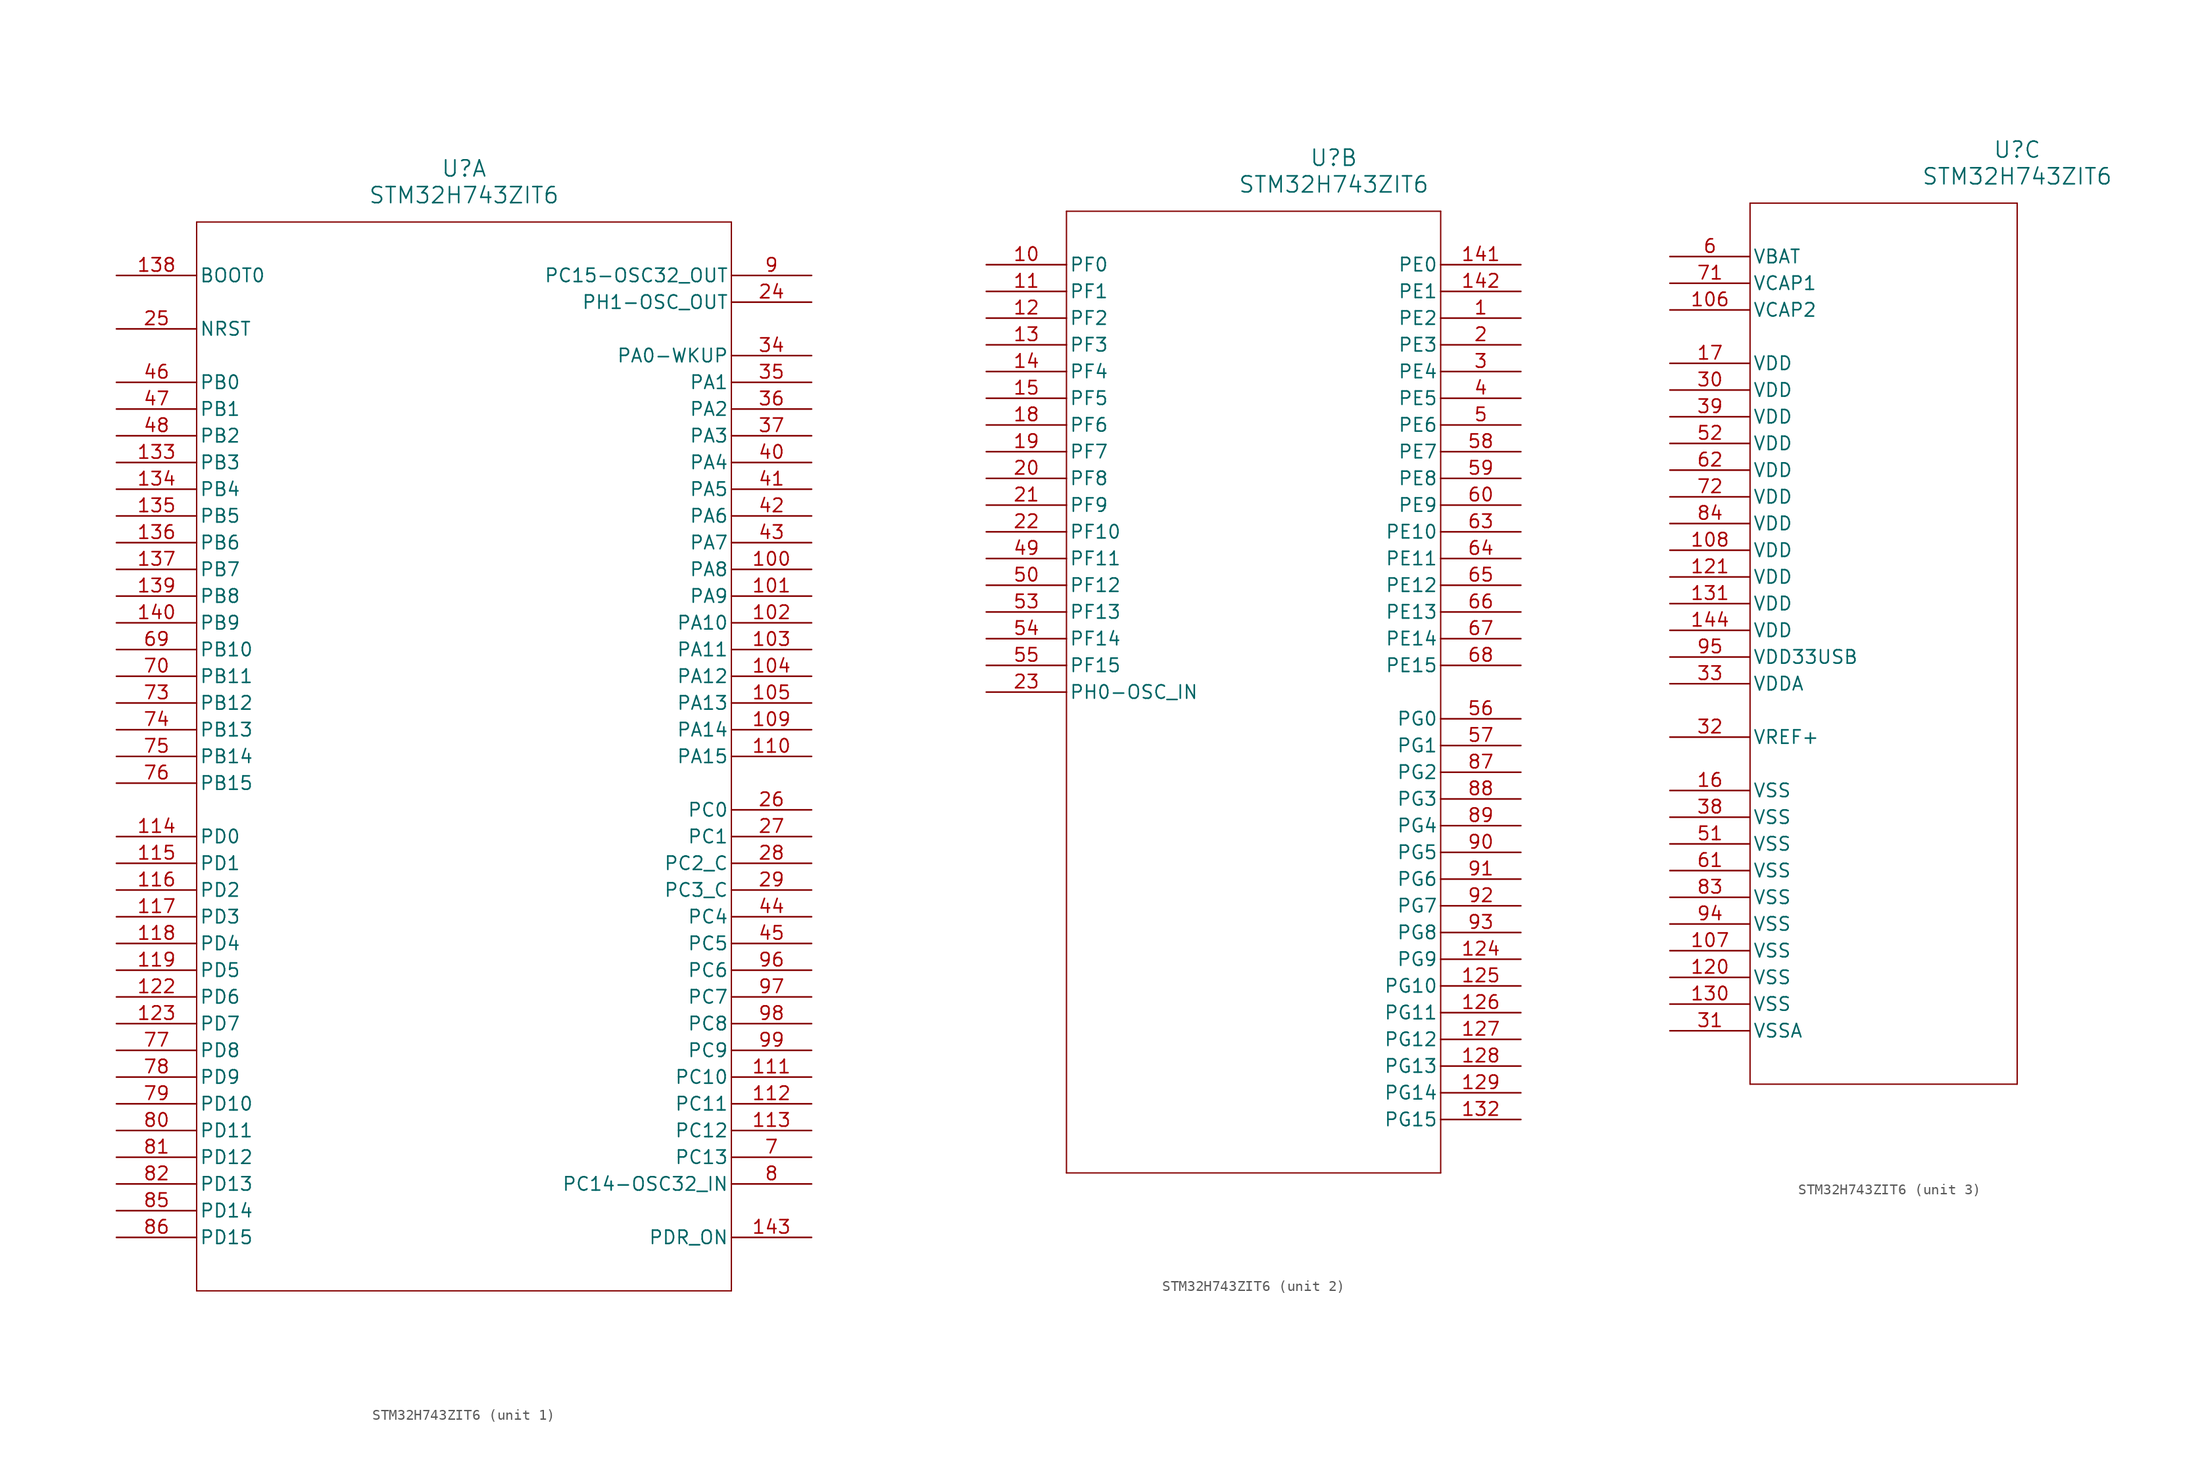
<source format=kicad_sym>
(kicad_symbol_lib
  (version 20211014)
  (generator kicad_symbol_editor)
  (symbol "STM32H743ZIT6"
    (pin_names
      (offset 0.254))
    (property "Reference" "U"
      (at 33.02 10.16 0)
      (effects (font (size 1.524 1.524))))
    (property "Value" "STM32H743ZIT6"
      (at 33.02 7.62 0)
      (effects (font (size 1.524 1.524))))
    (symbol "STM32H743ZIT6_1_1"
      (polyline (pts (xy 7.62 5.08) (xy 7.62 -96.52)) (stroke (width 0.127) (type default) (color 0 0 0 0)) (fill (type none)))
      (polyline (pts (xy 7.62 -96.52) (xy 58.42 -96.52)) (stroke (width 0.127) (type default) (color 0 0 0 0)) (fill (type none)))
      (polyline (pts (xy 58.42 -96.52) (xy 58.42 5.08)) (stroke (width 0.127) (type default) (color 0 0 0 0)) (fill (type none)))
      (polyline (pts (xy 58.42 5.08) (xy 7.62 5.08)) (stroke (width 0.127) (type default) (color 0 0 0 0)) (fill (type none)))
      (pin bidirectional line (at 66.04 -83.82 180) (length 7.62) (name "PC13" (effects (font (size 1.27 1.27)))) (number "7" (effects (font (size 1.27 1.27)))))
      (pin bidirectional line (at 66.04 -86.36 180) (length 7.62) (name "PC14-OSC32_IN" (effects (font (size 1.27 1.27)))) (number "8" (effects (font (size 1.27 1.27)))))
      (pin bidirectional line (at 66.04 0 180) (length 7.62) (name "PC15-OSC32_OUT" (effects (font (size 1.27 1.27)))) (number "9" (effects (font (size 1.27 1.27)))))
      (pin bidirectional line (at 66.04 -2.54 180) (length 7.62) (name "PH1-OSC_OUT" (effects (font (size 1.27 1.27)))) (number "24" (effects (font (size 1.27 1.27)))))
      (pin bidirectional line (at 0 -5.08 0) (length 7.62) (name "NRST" (effects (font (size 1.27 1.27)))) (number "25" (effects (font (size 1.27 1.27)))))
      (pin bidirectional line (at 66.04 -50.8 180) (length 7.62) (name "PC0" (effects (font (size 1.27 1.27)))) (number "26" (effects (font (size 1.27 1.27)))))
      (pin bidirectional line (at 66.04 -53.34 180) (length 7.62) (name "PC1" (effects (font (size 1.27 1.27)))) (number "27" (effects (font (size 1.27 1.27)))))
      (pin bidirectional line (at 66.04 -55.88 180) (length 7.62) (name "PC2_C" (effects (font (size 1.27 1.27)))) (number "28" (effects (font (size 1.27 1.27)))))
      (pin bidirectional line (at 66.04 -58.42 180) (length 7.62) (name "PC3_C" (effects (font (size 1.27 1.27)))) (number "29" (effects (font (size 1.27 1.27)))))
      (pin bidirectional line (at 66.04 -7.62 180) (length 7.62) (name "PA0-WKUP" (effects (font (size 1.27 1.27)))) (number "34" (effects (font (size 1.27 1.27)))))
      (pin bidirectional line (at 66.04 -10.16 180) (length 7.62) (name "PA1" (effects (font (size 1.27 1.27)))) (number "35" (effects (font (size 1.27 1.27)))))
      (pin bidirectional line (at 66.04 -12.7 180) (length 7.62) (name "PA2" (effects (font (size 1.27 1.27)))) (number "36" (effects (font (size 1.27 1.27)))))
      (pin bidirectional line (at 66.04 -15.24 180) (length 7.62) (name "PA3" (effects (font (size 1.27 1.27)))) (number "37" (effects (font (size 1.27 1.27)))))
      (pin bidirectional line (at 66.04 -17.78 180) (length 7.62) (name "PA4" (effects (font (size 1.27 1.27)))) (number "40" (effects (font (size 1.27 1.27)))))
      (pin bidirectional line (at 66.04 -20.32 180) (length 7.62) (name "PA5" (effects (font (size 1.27 1.27)))) (number "41" (effects (font (size 1.27 1.27)))))
      (pin bidirectional line (at 66.04 -22.86 180) (length 7.62) (name "PA6" (effects (font (size 1.27 1.27)))) (number "42" (effects (font (size 1.27 1.27)))))
      (pin bidirectional line (at 66.04 -25.4 180) (length 7.62) (name "PA7" (effects (font (size 1.27 1.27)))) (number "43" (effects (font (size 1.27 1.27)))))
      (pin bidirectional line (at 66.04 -60.96 180) (length 7.62) (name "PC4" (effects (font (size 1.27 1.27)))) (number "44" (effects (font (size 1.27 1.27)))))
      (pin bidirectional line (at 66.04 -63.5 180) (length 7.62) (name "PC5" (effects (font (size 1.27 1.27)))) (number "45" (effects (font (size 1.27 1.27)))))
      (pin bidirectional line (at 0 -10.16 0) (length 7.62) (name "PB0" (effects (font (size 1.27 1.27)))) (number "46" (effects (font (size 1.27 1.27)))))
      (pin bidirectional line (at 0 -12.7 0) (length 7.62) (name "PB1" (effects (font (size 1.27 1.27)))) (number "47" (effects (font (size 1.27 1.27)))))
      (pin bidirectional line (at 0 -15.24 0) (length 7.62) (name "PB2" (effects (font (size 1.27 1.27)))) (number "48" (effects (font (size 1.27 1.27)))))
      (pin bidirectional line (at 0 -35.56 0) (length 7.62) (name "PB10" (effects (font (size 1.27 1.27)))) (number "69" (effects (font (size 1.27 1.27)))))
      (pin bidirectional line (at 0 -38.1 0) (length 7.62) (name "PB11" (effects (font (size 1.27 1.27)))) (number "70" (effects (font (size 1.27 1.27)))))
      (pin bidirectional line (at 0 -40.64 0) (length 7.62) (name "PB12" (effects (font (size 1.27 1.27)))) (number "73" (effects (font (size 1.27 1.27)))))
      (pin bidirectional line (at 0 -43.18 0) (length 7.62) (name "PB13" (effects (font (size 1.27 1.27)))) (number "74" (effects (font (size 1.27 1.27)))))
      (pin bidirectional line (at 0 -45.72 0) (length 7.62) (name "PB14" (effects (font (size 1.27 1.27)))) (number "75" (effects (font (size 1.27 1.27)))))
      (pin bidirectional line (at 0 -48.26 0) (length 7.62) (name "PB15" (effects (font (size 1.27 1.27)))) (number "76" (effects (font (size 1.27 1.27)))))
      (pin bidirectional line (at 0 -73.66 0) (length 7.62) (name "PD8" (effects (font (size 1.27 1.27)))) (number "77" (effects (font (size 1.27 1.27)))))
      (pin bidirectional line (at 0 -76.2 0) (length 7.62) (name "PD9" (effects (font (size 1.27 1.27)))) (number "78" (effects (font (size 1.27 1.27)))))
      (pin bidirectional line (at 0 -78.74 0) (length 7.62) (name "PD10" (effects (font (size 1.27 1.27)))) (number "79" (effects (font (size 1.27 1.27)))))
      (pin bidirectional line (at 0 -81.28 0) (length 7.62) (name "PD11" (effects (font (size 1.27 1.27)))) (number "80" (effects (font (size 1.27 1.27)))))
      (pin bidirectional line (at 0 -83.82 0) (length 7.62) (name "PD12" (effects (font (size 1.27 1.27)))) (number "81" (effects (font (size 1.27 1.27)))))
      (pin bidirectional line (at 0 -86.36 0) (length 7.62) (name "PD13" (effects (font (size 1.27 1.27)))) (number "82" (effects (font (size 1.27 1.27)))))
      (pin bidirectional line (at 0 -88.9 0) (length 7.62) (name "PD14" (effects (font (size 1.27 1.27)))) (number "85" (effects (font (size 1.27 1.27)))))
      (pin bidirectional line (at 0 -91.44 0) (length 7.62) (name "PD15" (effects (font (size 1.27 1.27)))) (number "86" (effects (font (size 1.27 1.27)))))
      (pin bidirectional line (at 66.04 -66.04 180) (length 7.62) (name "PC6" (effects (font (size 1.27 1.27)))) (number "96" (effects (font (size 1.27 1.27)))))
      (pin bidirectional line (at 66.04 -68.58 180) (length 7.62) (name "PC7" (effects (font (size 1.27 1.27)))) (number "97" (effects (font (size 1.27 1.27)))))
      (pin bidirectional line (at 66.04 -71.12 180) (length 7.62) (name "PC8" (effects (font (size 1.27 1.27)))) (number "98" (effects (font (size 1.27 1.27)))))
      (pin bidirectional line (at 66.04 -73.66 180) (length 7.62) (name "PC9" (effects (font (size 1.27 1.27)))) (number "99" (effects (font (size 1.27 1.27)))))
      (pin bidirectional line (at 66.04 -27.94 180) (length 7.62) (name "PA8" (effects (font (size 1.27 1.27)))) (number "100" (effects (font (size 1.27 1.27)))))
      (pin bidirectional line (at 66.04 -30.48 180) (length 7.62) (name "PA9" (effects (font (size 1.27 1.27)))) (number "101" (effects (font (size 1.27 1.27)))))
      (pin bidirectional line (at 66.04 -33.02 180) (length 7.62) (name "PA10" (effects (font (size 1.27 1.27)))) (number "102" (effects (font (size 1.27 1.27)))))
      (pin bidirectional line (at 66.04 -35.56 180) (length 7.62) (name "PA11" (effects (font (size 1.27 1.27)))) (number "103" (effects (font (size 1.27 1.27)))))
      (pin bidirectional line (at 66.04 -38.1 180) (length 7.62) (name "PA12" (effects (font (size 1.27 1.27)))) (number "104" (effects (font (size 1.27 1.27)))))
      (pin bidirectional line (at 66.04 -40.64 180) (length 7.62) (name "PA13" (effects (font (size 1.27 1.27)))) (number "105" (effects (font (size 1.27 1.27)))))
      (pin bidirectional line (at 66.04 -43.18 180) (length 7.62) (name "PA14" (effects (font (size 1.27 1.27)))) (number "109" (effects (font (size 1.27 1.27)))))
      (pin bidirectional line (at 66.04 -45.72 180) (length 7.62) (name "PA15" (effects (font (size 1.27 1.27)))) (number "110" (effects (font (size 1.27 1.27)))))
      (pin bidirectional line (at 66.04 -76.2 180) (length 7.62) (name "PC10" (effects (font (size 1.27 1.27)))) (number "111" (effects (font (size 1.27 1.27)))))
      (pin bidirectional line (at 66.04 -78.74 180) (length 7.62) (name "PC11" (effects (font (size 1.27 1.27)))) (number "112" (effects (font (size 1.27 1.27)))))
      (pin bidirectional line (at 66.04 -81.28 180) (length 7.62) (name "PC12" (effects (font (size 1.27 1.27)))) (number "113" (effects (font (size 1.27 1.27)))))
      (pin bidirectional line (at 0 -53.34 0) (length 7.62) (name "PD0" (effects (font (size 1.27 1.27)))) (number "114" (effects (font (size 1.27 1.27)))))
      (pin bidirectional line (at 0 -55.88 0) (length 7.62) (name "PD1" (effects (font (size 1.27 1.27)))) (number "115" (effects (font (size 1.27 1.27)))))
      (pin bidirectional line (at 0 -58.42 0) (length 7.62) (name "PD2" (effects (font (size 1.27 1.27)))) (number "116" (effects (font (size 1.27 1.27)))))
      (pin bidirectional line (at 0 -60.96 0) (length 7.62) (name "PD3" (effects (font (size 1.27 1.27)))) (number "117" (effects (font (size 1.27 1.27)))))
      (pin bidirectional line (at 0 -63.5 0) (length 7.62) (name "PD4" (effects (font (size 1.27 1.27)))) (number "118" (effects (font (size 1.27 1.27)))))
      (pin bidirectional line (at 0 -66.04 0) (length 7.62) (name "PD5" (effects (font (size 1.27 1.27)))) (number "119" (effects (font (size 1.27 1.27)))))
      (pin bidirectional line (at 0 -68.58 0) (length 7.62) (name "PD6" (effects (font (size 1.27 1.27)))) (number "122" (effects (font (size 1.27 1.27)))))
      (pin bidirectional line (at 0 -71.12 0) (length 7.62) (name "PD7" (effects (font (size 1.27 1.27)))) (number "123" (effects (font (size 1.27 1.27)))))
      (pin bidirectional line (at 0 -17.78 0) (length 7.62) (name "PB3" (effects (font (size 1.27 1.27)))) (number "133" (effects (font (size 1.27 1.27)))))
      (pin bidirectional line (at 0 -20.32 0) (length 7.62) (name "PB4" (effects (font (size 1.27 1.27)))) (number "134" (effects (font (size 1.27 1.27)))))
      (pin bidirectional line (at 0 -22.86 0) (length 7.62) (name "PB5" (effects (font (size 1.27 1.27)))) (number "135" (effects (font (size 1.27 1.27)))))
      (pin bidirectional line (at 0 -25.4 0) (length 7.62) (name "PB6" (effects (font (size 1.27 1.27)))) (number "136" (effects (font (size 1.27 1.27)))))
      (pin bidirectional line (at 0 -27.94 0) (length 7.62) (name "PB7" (effects (font (size 1.27 1.27)))) (number "137" (effects (font (size 1.27 1.27)))))
      (pin input line (at 0 0 0) (length 7.62) (name "BOOT0" (effects (font (size 1.27 1.27)))) (number "138" (effects (font (size 1.27 1.27)))))
      (pin bidirectional line (at 0 -30.48 0) (length 7.62) (name "PB8" (effects (font (size 1.27 1.27)))) (number "139" (effects (font (size 1.27 1.27)))))
      (pin bidirectional line (at 0 -33.02 0) (length 7.62) (name "PB9" (effects (font (size 1.27 1.27)))) (number "140" (effects (font (size 1.27 1.27)))))
      (pin unspecified line (at 66.04 -91.44 180) (length 7.62) (name "PDR_ON" (effects (font (size 1.27 1.27)))) (number "143" (effects (font (size 1.27 1.27))))))
    (symbol "STM32H743ZIT6_2_1"
      (polyline (pts (xy 7.62 5.08) (xy 7.62 -86.36)) (stroke (width 0.127) (type default) (color 0 0 0 0)) (fill (type none)))
      (polyline (pts (xy 7.62 -86.36) (xy 43.18 -86.36)) (stroke (width 0.127) (type default) (color 0 0 0 0)) (fill (type none)))
      (polyline (pts (xy 43.18 -86.36) (xy 43.18 5.08)) (stroke (width 0.127) (type default) (color 0 0 0 0)) (fill (type none)))
      (polyline (pts (xy 43.18 5.08) (xy 7.62 5.08)) (stroke (width 0.127) (type default) (color 0 0 0 0)) (fill (type none)))
      (pin bidirectional line (at 50.8 -5.08 180) (length 7.62) (name "PE2" (effects (font (size 1.27 1.27)))) (number "1" (effects (font (size 1.27 1.27)))))
      (pin bidirectional line (at 50.8 -7.62 180) (length 7.62) (name "PE3" (effects (font (size 1.27 1.27)))) (number "2" (effects (font (size 1.27 1.27)))))
      (pin bidirectional line (at 50.8 -10.16 180) (length 7.62) (name "PE4" (effects (font (size 1.27 1.27)))) (number "3" (effects (font (size 1.27 1.27)))))
      (pin bidirectional line (at 50.8 -12.7 180) (length 7.62) (name "PE5" (effects (font (size 1.27 1.27)))) (number "4" (effects (font (size 1.27 1.27)))))
      (pin bidirectional line (at 50.8 -15.24 180) (length 7.62) (name "PE6" (effects (font (size 1.27 1.27)))) (number "5" (effects (font (size 1.27 1.27)))))
      (pin bidirectional line (at 0 0 0) (length 7.62) (name "PF0" (effects (font (size 1.27 1.27)))) (number "10" (effects (font (size 1.27 1.27)))))
      (pin bidirectional line (at 0 -2.54 0) (length 7.62) (name "PF1" (effects (font (size 1.27 1.27)))) (number "11" (effects (font (size 1.27 1.27)))))
      (pin bidirectional line (at 0 -5.08 0) (length 7.62) (name "PF2" (effects (font (size 1.27 1.27)))) (number "12" (effects (font (size 1.27 1.27)))))
      (pin bidirectional line (at 0 -7.62 0) (length 7.62) (name "PF3" (effects (font (size 1.27 1.27)))) (number "13" (effects (font (size 1.27 1.27)))))
      (pin bidirectional line (at 0 -10.16 0) (length 7.62) (name "PF4" (effects (font (size 1.27 1.27)))) (number "14" (effects (font (size 1.27 1.27)))))
      (pin bidirectional line (at 0 -12.7 0) (length 7.62) (name "PF5" (effects (font (size 1.27 1.27)))) (number "15" (effects (font (size 1.27 1.27)))))
      (pin bidirectional line (at 0 -15.24 0) (length 7.62) (name "PF6" (effects (font (size 1.27 1.27)))) (number "18" (effects (font (size 1.27 1.27)))))
      (pin bidirectional line (at 0 -17.78 0) (length 7.62) (name "PF7" (effects (font (size 1.27 1.27)))) (number "19" (effects (font (size 1.27 1.27)))))
      (pin bidirectional line (at 0 -20.32 0) (length 7.62) (name "PF8" (effects (font (size 1.27 1.27)))) (number "20" (effects (font (size 1.27 1.27)))))
      (pin bidirectional line (at 0 -22.86 0) (length 7.62) (name "PF9" (effects (font (size 1.27 1.27)))) (number "21" (effects (font (size 1.27 1.27)))))
      (pin bidirectional line (at 0 -25.4 0) (length 7.62) (name "PF10" (effects (font (size 1.27 1.27)))) (number "22" (effects (font (size 1.27 1.27)))))
      (pin bidirectional line (at 0 -40.64 0) (length 7.62) (name "PH0-OSC_IN" (effects (font (size 1.27 1.27)))) (number "23" (effects (font (size 1.27 1.27)))))
      (pin bidirectional line (at 0 -27.94 0) (length 7.62) (name "PF11" (effects (font (size 1.27 1.27)))) (number "49" (effects (font (size 1.27 1.27)))))
      (pin bidirectional line (at 0 -30.48 0) (length 7.62) (name "PF12" (effects (font (size 1.27 1.27)))) (number "50" (effects (font (size 1.27 1.27)))))
      (pin bidirectional line (at 0 -33.02 0) (length 7.62) (name "PF13" (effects (font (size 1.27 1.27)))) (number "53" (effects (font (size 1.27 1.27)))))
      (pin bidirectional line (at 0 -35.56 0) (length 7.62) (name "PF14" (effects (font (size 1.27 1.27)))) (number "54" (effects (font (size 1.27 1.27)))))
      (pin bidirectional line (at 0 -38.1 0) (length 7.62) (name "PF15" (effects (font (size 1.27 1.27)))) (number "55" (effects (font (size 1.27 1.27)))))
      (pin bidirectional line (at 50.8 -43.18 180) (length 7.62) (name "PG0" (effects (font (size 1.27 1.27)))) (number "56" (effects (font (size 1.27 1.27)))))
      (pin bidirectional line (at 50.8 -45.72 180) (length 7.62) (name "PG1" (effects (font (size 1.27 1.27)))) (number "57" (effects (font (size 1.27 1.27)))))
      (pin bidirectional line (at 50.8 -17.78 180) (length 7.62) (name "PE7" (effects (font (size 1.27 1.27)))) (number "58" (effects (font (size 1.27 1.27)))))
      (pin bidirectional line (at 50.8 -20.32 180) (length 7.62) (name "PE8" (effects (font (size 1.27 1.27)))) (number "59" (effects (font (size 1.27 1.27)))))
      (pin bidirectional line (at 50.8 -22.86 180) (length 7.62) (name "PE9" (effects (font (size 1.27 1.27)))) (number "60" (effects (font (size 1.27 1.27)))))
      (pin bidirectional line (at 50.8 -25.4 180) (length 7.62) (name "PE10" (effects (font (size 1.27 1.27)))) (number "63" (effects (font (size 1.27 1.27)))))
      (pin bidirectional line (at 50.8 -27.94 180) (length 7.62) (name "PE11" (effects (font (size 1.27 1.27)))) (number "64" (effects (font (size 1.27 1.27)))))
      (pin bidirectional line (at 50.8 -30.48 180) (length 7.62) (name "PE12" (effects (font (size 1.27 1.27)))) (number "65" (effects (font (size 1.27 1.27)))))
      (pin bidirectional line (at 50.8 -33.02 180) (length 7.62) (name "PE13" (effects (font (size 1.27 1.27)))) (number "66" (effects (font (size 1.27 1.27)))))
      (pin bidirectional line (at 50.8 -35.56 180) (length 7.62) (name "PE14" (effects (font (size 1.27 1.27)))) (number "67" (effects (font (size 1.27 1.27)))))
      (pin bidirectional line (at 50.8 -38.1 180) (length 7.62) (name "PE15" (effects (font (size 1.27 1.27)))) (number "68" (effects (font (size 1.27 1.27)))))
      (pin bidirectional line (at 50.8 -48.26 180) (length 7.62) (name "PG2" (effects (font (size 1.27 1.27)))) (number "87" (effects (font (size 1.27 1.27)))))
      (pin bidirectional line (at 50.8 -50.8 180) (length 7.62) (name "PG3" (effects (font (size 1.27 1.27)))) (number "88" (effects (font (size 1.27 1.27)))))
      (pin bidirectional line (at 50.8 -53.34 180) (length 7.62) (name "PG4" (effects (font (size 1.27 1.27)))) (number "89" (effects (font (size 1.27 1.27)))))
      (pin bidirectional line (at 50.8 -55.88 180) (length 7.62) (name "PG5" (effects (font (size 1.27 1.27)))) (number "90" (effects (font (size 1.27 1.27)))))
      (pin bidirectional line (at 50.8 -58.42 180) (length 7.62) (name "PG6" (effects (font (size 1.27 1.27)))) (number "91" (effects (font (size 1.27 1.27)))))
      (pin bidirectional line (at 50.8 -60.96 180) (length 7.62) (name "PG7" (effects (font (size 1.27 1.27)))) (number "92" (effects (font (size 1.27 1.27)))))
      (pin bidirectional line (at 50.8 -63.5 180) (length 7.62) (name "PG8" (effects (font (size 1.27 1.27)))) (number "93" (effects (font (size 1.27 1.27)))))
      (pin bidirectional line (at 50.8 -66.04 180) (length 7.62) (name "PG9" (effects (font (size 1.27 1.27)))) (number "124" (effects (font (size 1.27 1.27)))))
      (pin bidirectional line (at 50.8 -68.58 180) (length 7.62) (name "PG10" (effects (font (size 1.27 1.27)))) (number "125" (effects (font (size 1.27 1.27)))))
      (pin bidirectional line (at 50.8 -71.12 180) (length 7.62) (name "PG11" (effects (font (size 1.27 1.27)))) (number "126" (effects (font (size 1.27 1.27)))))
      (pin bidirectional line (at 50.8 -73.66 180) (length 7.62) (name "PG12" (effects (font (size 1.27 1.27)))) (number "127" (effects (font (size 1.27 1.27)))))
      (pin bidirectional line (at 50.8 -76.2 180) (length 7.62) (name "PG13" (effects (font (size 1.27 1.27)))) (number "128" (effects (font (size 1.27 1.27)))))
      (pin bidirectional line (at 50.8 -78.74 180) (length 7.62) (name "PG14" (effects (font (size 1.27 1.27)))) (number "129" (effects (font (size 1.27 1.27)))))
      (pin bidirectional line (at 50.8 -81.28 180) (length 7.62) (name "PG15" (effects (font (size 1.27 1.27)))) (number "132" (effects (font (size 1.27 1.27)))))
      (pin bidirectional line (at 50.8 0 180) (length 7.62) (name "PE0" (effects (font (size 1.27 1.27)))) (number "141" (effects (font (size 1.27 1.27)))))
      (pin bidirectional line (at 50.8 -2.54 180) (length 7.62) (name "PE1" (effects (font (size 1.27 1.27)))) (number "142" (effects (font (size 1.27 1.27))))))
    (symbol "STM32H743ZIT6_3_1"
      (polyline (pts (xy 7.62 5.08) (xy 7.62 -78.74)) (stroke (width 0.127) (type default) (color 0 0 0 0)) (fill (type none)))
      (polyline (pts (xy 7.62 -78.74) (xy 33.02 -78.74)) (stroke (width 0.127) (type default) (color 0 0 0 0)) (fill (type none)))
      (polyline (pts (xy 33.02 -78.74) (xy 33.02 5.08)) (stroke (width 0.127) (type default) (color 0 0 0 0)) (fill (type none)))
      (polyline (pts (xy 33.02 5.08) (xy 7.62 5.08)) (stroke (width 0.127) (type default) (color 0 0 0 0)) (fill (type none)))
      (pin power_in line (at 0 0 0) (length 7.62) (name "VBAT" (effects (font (size 1.27 1.27)))) (number "6" (effects (font (size 1.27 1.27)))))
      (pin power_in line (at 0 -50.8 0) (length 7.62) (name "VSS" (effects (font (size 1.27 1.27)))) (number "16" (effects (font (size 1.27 1.27)))))
      (pin power_in line (at 0 -10.16 0) (length 7.62) (name "VDD" (effects (font (size 1.27 1.27)))) (number "17" (effects (font (size 1.27 1.27)))))
      (pin power_in line (at 0 -12.7 0) (length 7.62) (name "VDD" (effects (font (size 1.27 1.27)))) (number "30" (effects (font (size 1.27 1.27)))))
      (pin power_in line (at 0 -73.66 0) (length 7.62) (name "VSSA" (effects (font (size 1.27 1.27)))) (number "31" (effects (font (size 1.27 1.27)))))
      (pin power_in line (at 0 -45.72 0) (length 7.62) (name "VREF+" (effects (font (size 1.27 1.27)))) (number "32" (effects (font (size 1.27 1.27)))))
      (pin power_in line (at 0 -40.64 0) (length 7.62) (name "VDDA" (effects (font (size 1.27 1.27)))) (number "33" (effects (font (size 1.27 1.27)))))
      (pin power_in line (at 0 -53.34 0) (length 7.62) (name "VSS" (effects (font (size 1.27 1.27)))) (number "38" (effects (font (size 1.27 1.27)))))
      (pin power_in line (at 0 -15.24 0) (length 7.62) (name "VDD" (effects (font (size 1.27 1.27)))) (number "39" (effects (font (size 1.27 1.27)))))
      (pin power_in line (at 0 -55.88 0) (length 7.62) (name "VSS" (effects (font (size 1.27 1.27)))) (number "51" (effects (font (size 1.27 1.27)))))
      (pin power_in line (at 0 -17.78 0) (length 7.62) (name "VDD" (effects (font (size 1.27 1.27)))) (number "52" (effects (font (size 1.27 1.27)))))
      (pin power_in line (at 0 -58.42 0) (length 7.62) (name "VSS" (effects (font (size 1.27 1.27)))) (number "61" (effects (font (size 1.27 1.27)))))
      (pin power_in line (at 0 -20.32 0) (length 7.62) (name "VDD" (effects (font (size 1.27 1.27)))) (number "62" (effects (font (size 1.27 1.27)))))
      (pin power_in line (at 0 -2.54 0) (length 7.62) (name "VCAP1" (effects (font (size 1.27 1.27)))) (number "71" (effects (font (size 1.27 1.27)))))
      (pin power_in line (at 0 -22.86 0) (length 7.62) (name "VDD" (effects (font (size 1.27 1.27)))) (number "72" (effects (font (size 1.27 1.27)))))
      (pin power_in line (at 0 -60.96 0) (length 7.62) (name "VSS" (effects (font (size 1.27 1.27)))) (number "83" (effects (font (size 1.27 1.27)))))
      (pin power_in line (at 0 -25.4 0) (length 7.62) (name "VDD" (effects (font (size 1.27 1.27)))) (number "84" (effects (font (size 1.27 1.27)))))
      (pin power_in line (at 0 -63.5 0) (length 7.62) (name "VSS" (effects (font (size 1.27 1.27)))) (number "94" (effects (font (size 1.27 1.27)))))
      (pin power_in line (at 0 -38.1 0) (length 7.62) (name "VDD33USB" (effects (font (size 1.27 1.27)))) (number "95" (effects (font (size 1.27 1.27)))))
      (pin power_in line (at 0 -5.08 0) (length 7.62) (name "VCAP2" (effects (font (size 1.27 1.27)))) (number "106" (effects (font (size 1.27 1.27)))))
      (pin power_in line (at 0 -66.04 0) (length 7.62) (name "VSS" (effects (font (size 1.27 1.27)))) (number "107" (effects (font (size 1.27 1.27)))))
      (pin power_in line (at 0 -27.94 0) (length 7.62) (name "VDD" (effects (font (size 1.27 1.27)))) (number "108" (effects (font (size 1.27 1.27)))))
      (pin power_in line (at 0 -68.58 0) (length 7.62) (name "VSS" (effects (font (size 1.27 1.27)))) (number "120" (effects (font (size 1.27 1.27)))))
      (pin power_in line (at 0 -30.48 0) (length 7.62) (name "VDD" (effects (font (size 1.27 1.27)))) (number "121" (effects (font (size 1.27 1.27)))))
      (pin power_in line (at 0 -71.12 0) (length 7.62) (name "VSS" (effects (font (size 1.27 1.27)))) (number "130" (effects (font (size 1.27 1.27)))))
      (pin power_in line (at 0 -33.02 0) (length 7.62) (name "VDD" (effects (font (size 1.27 1.27)))) (number "131" (effects (font (size 1.27 1.27)))))
      (pin power_in line (at 0 -35.56 0) (length 7.62) (name "VDD" (effects (font (size 1.27 1.27)))) (number "144" (effects (font (size 1.27 1.27))))))))
</source>
